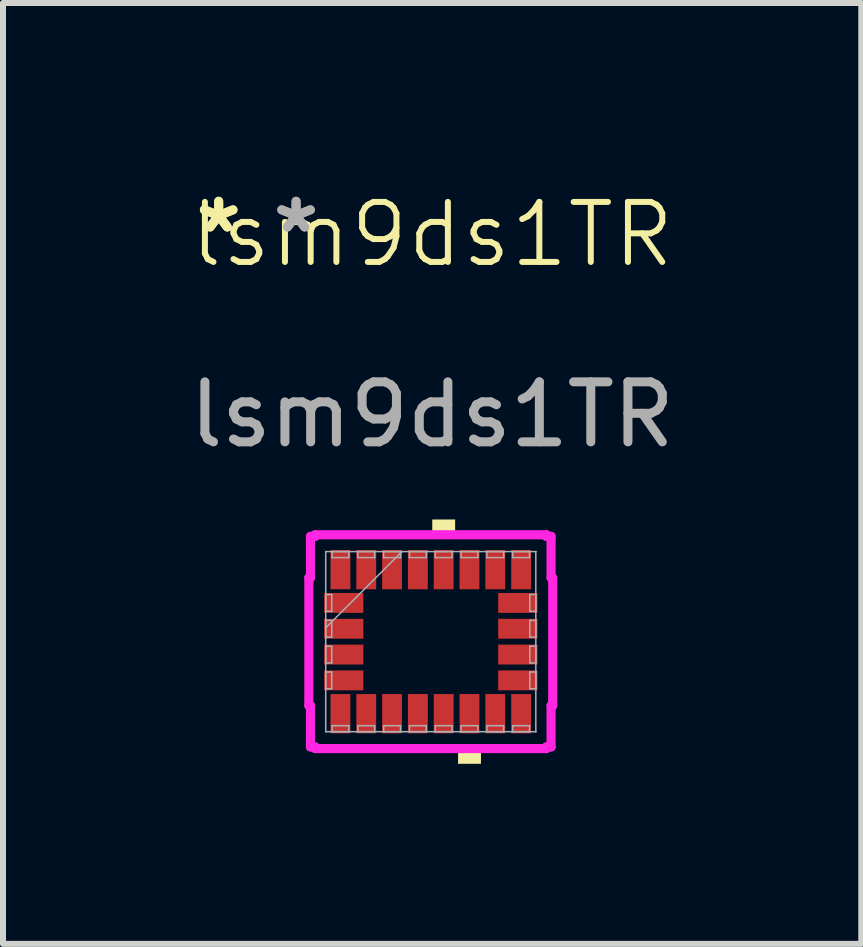
<source format=kicad_pcb>
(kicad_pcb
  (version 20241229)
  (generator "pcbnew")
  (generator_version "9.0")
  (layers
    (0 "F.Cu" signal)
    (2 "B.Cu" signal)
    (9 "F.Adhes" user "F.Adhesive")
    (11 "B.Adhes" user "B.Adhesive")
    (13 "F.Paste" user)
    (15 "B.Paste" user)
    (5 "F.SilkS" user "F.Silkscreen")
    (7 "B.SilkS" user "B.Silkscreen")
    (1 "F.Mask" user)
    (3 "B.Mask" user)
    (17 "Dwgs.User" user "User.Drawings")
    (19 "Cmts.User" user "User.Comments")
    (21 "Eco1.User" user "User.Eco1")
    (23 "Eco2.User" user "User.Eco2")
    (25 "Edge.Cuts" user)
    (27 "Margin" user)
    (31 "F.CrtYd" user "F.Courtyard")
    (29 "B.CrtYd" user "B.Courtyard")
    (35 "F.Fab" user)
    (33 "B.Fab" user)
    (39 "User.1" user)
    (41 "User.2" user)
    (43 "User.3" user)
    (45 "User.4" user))
  (footprint "lsm9ds1TR"
    (layer "F.Cu")
    (at 4.149 7.666)
    (property "Reference" "lsm9ds1TR" (at 0 -6.81 0) (unlocked yes) (layer "F.SilkS") (effects (font (size 1 1) (thickness 0.1))))
    (attr smd)
    (fp_poly (pts (xy 0.002 -1.808) (xy 0.002 -2.062) (xy 0.383 -2.062) (xy 0.383 -1.808)) (stroke (width 0) (type solid)) (fill yes) (layer "F.SilkS"))
    (fp_poly (pts (xy 0.432 1.754) (xy 0.432 2.008) (xy 0.813 2.008) (xy 0.813 1.754)) (stroke (width 0) (type solid)) (fill yes) (layer "F.SilkS"))
    (fp_line (start -2.054 -1.091) (end -2.027 -1.091) (stroke (width 0.152) (type solid)) (layer "F.CrtYd"))
    (fp_line (start -2.054 1.038) (end -2.054 -1.091) (stroke (width 0.152) (type solid)) (layer "F.CrtYd"))
    (fp_line (start -2.027 -1.781) (end -1.947 -1.781) (stroke (width 0.152) (type solid)) (layer "F.CrtYd"))
    (fp_line (start -2.027 -1.091) (end -2.027 -1.781) (stroke (width 0.152) (type solid)) (layer "F.CrtYd"))
    (fp_line (start -2.027 1.038) (end -2.054 1.038) (stroke (width 0.152) (type solid)) (layer "F.CrtYd"))
    (fp_line (start -2.027 1.727) (end -2.027 1.038) (stroke (width 0.152) (type solid)) (layer "F.CrtYd"))
    (fp_line (start -1.947 -1.808) (end 1.902 -1.808) (stroke (width 0.152) (type solid)) (layer "F.CrtYd"))
    (fp_line (start -1.947 -1.781) (end -1.947 -1.808) (stroke (width 0.152) (type solid)) (layer "F.CrtYd"))
    (fp_line (start -1.947 1.727) (end -2.027 1.727) (stroke (width 0.152) (type solid)) (layer "F.CrtYd"))
    (fp_line (start -1.947 1.754) (end -1.947 1.727) (stroke (width 0.152) (type solid)) (layer "F.CrtYd"))
    (fp_line (start 1.902 -1.808) (end 1.902 -1.781) (stroke (width 0.152) (type solid)) (layer "F.CrtYd"))
    (fp_line (start 1.902 -1.781) (end 1.981 -1.781) (stroke (width 0.152) (type solid)) (layer "F.CrtYd"))
    (fp_line (start 1.902 1.727) (end 1.902 1.754) (stroke (width 0.152) (type solid)) (layer "F.CrtYd"))
    (fp_line (start 1.902 1.754) (end -1.947 1.754) (stroke (width 0.152) (type solid)) (layer "F.CrtYd"))
    (fp_line (start 1.981 -1.781) (end 1.981 -1.091) (stroke (width 0.152) (type solid)) (layer "F.CrtYd"))
    (fp_line (start 1.981 -1.091) (end 2.008 -1.091) (stroke (width 0.152) (type solid)) (layer "F.CrtYd"))
    (fp_line (start 1.981 1.038) (end 1.981 1.727) (stroke (width 0.152) (type solid)) (layer "F.CrtYd"))
    (fp_line (start 1.981 1.727) (end 1.902 1.727) (stroke (width 0.152) (type solid)) (layer "F.CrtYd"))
    (fp_line (start 2.008 -1.091) (end 2.008 1.038) (stroke (width 0.152) (type solid)) (layer "F.CrtYd"))
    (fp_line (start 2.008 1.038) (end 1.981 1.038) (stroke (width 0.152) (type solid)) (layer "F.CrtYd"))
    (fp_line (start -1.773 -1.527) (end -1.773 -1.527) (stroke (width 0.025) (type solid)) (layer "F.Fab"))
    (fp_line (start -1.773 -1.527) (end -1.773 1.473) (stroke (width 0.025) (type solid)) (layer "F.Fab"))
    (fp_line (start -1.773 -0.812) (end -1.673 -0.812) (stroke (width 0.025) (type solid)) (layer "F.Fab"))
    (fp_line (start -1.773 -0.532) (end -1.773 -0.812) (stroke (width 0.025) (type solid)) (layer "F.Fab"))
    (fp_line (start -1.773 -0.382) (end -1.673 -0.382) (stroke (width 0.025) (type solid)) (layer "F.Fab"))
    (fp_line (start -1.773 -0.257) (end -0.503 -1.527) (stroke (width 0.025) (type solid)) (layer "F.Fab"))
    (fp_line (start -1.773 -0.102) (end -1.773 -0.382) (stroke (width 0.025) (type solid)) (layer "F.Fab"))
    (fp_line (start -1.773 0.048) (end -1.673 0.048) (stroke (width 0.025) (type solid)) (layer "F.Fab"))
    (fp_line (start -1.773 0.328) (end -1.773 0.048) (stroke (width 0.025) (type solid)) (layer "F.Fab"))
    (fp_line (start -1.773 0.478) (end -1.673 0.478) (stroke (width 0.025) (type solid)) (layer "F.Fab"))
    (fp_line (start -1.773 0.758) (end -1.773 0.478) (stroke (width 0.025) (type solid)) (layer "F.Fab"))
    (fp_line (start -1.773 1.473) (end -1.773 1.473) (stroke (width 0.025) (type solid)) (layer "F.Fab"))
    (fp_line (start -1.773 1.473) (end 1.727 1.473) (stroke (width 0.025) (type solid)) (layer "F.Fab"))
    (fp_line (start -1.673 -0.812) (end -1.673 -0.532) (stroke (width 0.025) (type solid)) (layer "F.Fab"))
    (fp_line (start -1.673 -0.532) (end -1.773 -0.532) (stroke (width 0.025) (type solid)) (layer "F.Fab"))
    (fp_line (start -1.673 -0.382) (end -1.673 -0.102) (stroke (width 0.025) (type solid)) (layer "F.Fab"))
    (fp_line (start -1.673 -0.102) (end -1.773 -0.102) (stroke (width 0.025) (type solid)) (layer "F.Fab"))
    (fp_line (start -1.673 0.048) (end -1.673 0.328) (stroke (width 0.025) (type solid)) (layer "F.Fab"))
    (fp_line (start -1.673 0.328) (end -1.773 0.328) (stroke (width 0.025) (type solid)) (layer "F.Fab"))
    (fp_line (start -1.673 0.478) (end -1.673 0.758) (stroke (width 0.025) (type solid)) (layer "F.Fab"))
    (fp_line (start -1.673 0.758) (end -1.773 0.758) (stroke (width 0.025) (type solid)) (layer "F.Fab"))
    (fp_line (start -1.668 -1.527) (end -1.388 -1.527) (stroke (width 0.025) (type solid)) (layer "F.Fab"))
    (fp_line (start -1.668 -1.427) (end -1.668 -1.527) (stroke (width 0.025) (type solid)) (layer "F.Fab"))
    (fp_line (start -1.668 1.373) (end -1.388 1.373) (stroke (width 0.025) (type solid)) (layer "F.Fab"))
    (fp_line (start -1.668 1.473) (end -1.668 1.373) (stroke (width 0.025) (type solid)) (layer "F.Fab"))
    (fp_line (start -1.388 -1.527) (end -1.388 -1.427) (stroke (width 0.025) (type solid)) (layer "F.Fab"))
    (fp_line (start -1.388 -1.427) (end -1.668 -1.427) (stroke (width 0.025) (type solid)) (layer "F.Fab"))
    (fp_line (start -1.388 1.373) (end -1.388 1.473) (stroke (width 0.025) (type solid)) (layer "F.Fab"))
    (fp_line (start -1.388 1.473) (end -1.668 1.473) (stroke (width 0.025) (type solid)) (layer "F.Fab"))
    (fp_line (start -1.238 -1.527) (end -0.958 -1.527) (stroke (width 0.025) (type solid)) (layer "F.Fab"))
    (fp_line (start -1.238 -1.427) (end -1.238 -1.527) (stroke (width 0.025) (type solid)) (layer "F.Fab"))
    (fp_line (start -1.238 1.373) (end -0.958 1.373) (stroke (width 0.025) (type solid)) (layer "F.Fab"))
    (fp_line (start -1.238 1.473) (end -1.238 1.373) (stroke (width 0.025) (type solid)) (layer "F.Fab"))
    (fp_line (start -0.958 -1.527) (end -0.958 -1.427) (stroke (width 0.025) (type solid)) (layer "F.Fab"))
    (fp_line (start -0.958 -1.427) (end -1.238 -1.427) (stroke (width 0.025) (type solid)) (layer "F.Fab"))
    (fp_line (start -0.958 1.373) (end -0.958 1.473) (stroke (width 0.025) (type solid)) (layer "F.Fab"))
    (fp_line (start -0.958 1.473) (end -1.238 1.473) (stroke (width 0.025) (type solid)) (layer "F.Fab"))
    (fp_line (start -0.808 -1.527) (end -0.528 -1.527) (stroke (width 0.025) (type solid)) (layer "F.Fab"))
    (fp_line (start -0.808 -1.427) (end -0.808 -1.527) (stroke (width 0.025) (type solid)) (layer "F.Fab"))
    (fp_line (start -0.808 1.373) (end -0.528 1.373) (stroke (width 0.025) (type solid)) (layer "F.Fab"))
    (fp_line (start -0.808 1.473) (end -0.808 1.373) (stroke (width 0.025) (type solid)) (layer "F.Fab"))
    (fp_line (start -0.528 -1.527) (end -0.528 -1.427) (stroke (width 0.025) (type solid)) (layer "F.Fab"))
    (fp_line (start -0.528 -1.427) (end -0.808 -1.427) (stroke (width 0.025) (type solid)) (layer "F.Fab"))
    (fp_line (start -0.528 1.373) (end -0.528 1.473) (stroke (width 0.025) (type solid)) (layer "F.Fab"))
    (fp_line (start -0.528 1.473) (end -0.808 1.473) (stroke (width 0.025) (type solid)) (layer "F.Fab"))
    (fp_line (start -0.378 -1.527) (end -0.098 -1.527) (stroke (width 0.025) (type solid)) (layer "F.Fab"))
    (fp_line (start -0.378 -1.427) (end -0.378 -1.527) (stroke (width 0.025) (type solid)) (layer "F.Fab"))
    (fp_line (start -0.378 1.373) (end -0.098 1.373) (stroke (width 0.025) (type solid)) (layer "F.Fab"))
    (fp_line (start -0.378 1.473) (end -0.378 1.373) (stroke (width 0.025) (type solid)) (layer "F.Fab"))
    (fp_line (start -0.098 -1.527) (end -0.098 -1.427) (stroke (width 0.025) (type solid)) (layer "F.Fab"))
    (fp_line (start -0.098 -1.427) (end -0.378 -1.427) (stroke (width 0.025) (type solid)) (layer "F.Fab"))
    (fp_line (start -0.098 1.373) (end -0.098 1.473) (stroke (width 0.025) (type solid)) (layer "F.Fab"))
    (fp_line (start -0.098 1.473) (end -0.378 1.473) (stroke (width 0.025) (type solid)) (layer "F.Fab"))
    (fp_line (start 0.052 -1.527) (end 0.332 -1.527) (stroke (width 0.025) (type solid)) (layer "F.Fab"))
    (fp_line (start 0.052 -1.427) (end 0.052 -1.527) (stroke (width 0.025) (type solid)) (layer "F.Fab"))
    (fp_line (start 0.052 1.373) (end 0.332 1.373) (stroke (width 0.025) (type solid)) (layer "F.Fab"))
    (fp_line (start 0.052 1.473) (end 0.052 1.373) (stroke (width 0.025) (type solid)) (layer "F.Fab"))
    (fp_line (start 0.332 -1.527) (end 0.332 -1.427) (stroke (width 0.025) (type solid)) (layer "F.Fab"))
    (fp_line (start 0.332 -1.427) (end 0.052 -1.427) (stroke (width 0.025) (type solid)) (layer "F.Fab"))
    (fp_line (start 0.332 1.373) (end 0.332 1.473) (stroke (width 0.025) (type solid)) (layer "F.Fab"))
    (fp_line (start 0.332 1.473) (end 0.052 1.473) (stroke (width 0.025) (type solid)) (layer "F.Fab"))
    (fp_line (start 0.482 -1.527) (end 0.762 -1.527) (stroke (width 0.025) (type solid)) (layer "F.Fab"))
    (fp_line (start 0.482 -1.427) (end 0.482 -1.527) (stroke (width 0.025) (type solid)) (layer "F.Fab"))
    (fp_line (start 0.482 1.373) (end 0.762 1.373) (stroke (width 0.025) (type solid)) (layer "F.Fab"))
    (fp_line (start 0.482 1.473) (end 0.482 1.373) (stroke (width 0.025) (type solid)) (layer "F.Fab"))
    (fp_line (start 0.762 -1.527) (end 0.762 -1.427) (stroke (width 0.025) (type solid)) (layer "F.Fab"))
    (fp_line (start 0.762 -1.427) (end 0.482 -1.427) (stroke (width 0.025) (type solid)) (layer "F.Fab"))
    (fp_line (start 0.762 1.373) (end 0.762 1.473) (stroke (width 0.025) (type solid)) (layer "F.Fab"))
    (fp_line (start 0.762 1.473) (end 0.482 1.473) (stroke (width 0.025) (type solid)) (layer "F.Fab"))
    (fp_line (start 0.912 -1.527) (end 1.192 -1.527) (stroke (width 0.025) (type solid)) (layer "F.Fab"))
    (fp_line (start 0.912 -1.427) (end 0.912 -1.527) (stroke (width 0.025) (type solid)) (layer "F.Fab"))
    (fp_line (start 0.912 1.373) (end 1.192 1.373) (stroke (width 0.025) (type solid)) (layer "F.Fab"))
    (fp_line (start 0.912 1.473) (end 0.912 1.373) (stroke (width 0.025) (type solid)) (layer "F.Fab"))
    (fp_line (start 1.192 -1.527) (end 1.192 -1.427) (stroke (width 0.025) (type solid)) (layer "F.Fab"))
    (fp_line (start 1.192 -1.427) (end 0.912 -1.427) (stroke (width 0.025) (type solid)) (layer "F.Fab"))
    (fp_line (start 1.192 1.373) (end 1.192 1.473) (stroke (width 0.025) (type solid)) (layer "F.Fab"))
    (fp_line (start 1.192 1.473) (end 0.912 1.473) (stroke (width 0.025) (type solid)) (layer "F.Fab"))
    (fp_line (start 1.342 -1.527) (end 1.622 -1.527) (stroke (width 0.025) (type solid)) (layer "F.Fab"))
    (fp_line (start 1.342 -1.427) (end 1.342 -1.527) (stroke (width 0.025) (type solid)) (layer "F.Fab"))
    (fp_line (start 1.342 1.373) (end 1.622 1.373) (stroke (width 0.025) (type solid)) (layer "F.Fab"))
    (fp_line (start 1.342 1.473) (end 1.342 1.373) (stroke (width 0.025) (type solid)) (layer "F.Fab"))
    (fp_line (start 1.622 -1.527) (end 1.622 -1.427) (stroke (width 0.025) (type solid)) (layer "F.Fab"))
    (fp_line (start 1.622 -1.427) (end 1.342 -1.427) (stroke (width 0.025) (type solid)) (layer "F.Fab"))
    (fp_line (start 1.622 1.373) (end 1.622 1.473) (stroke (width 0.025) (type solid)) (layer "F.Fab"))
    (fp_line (start 1.622 1.473) (end 1.342 1.473) (stroke (width 0.025) (type solid)) (layer "F.Fab"))
    (fp_line (start 1.627 -0.812) (end 1.727 -0.812) (stroke (width 0.025) (type solid)) (layer "F.Fab"))
    (fp_line (start 1.627 -0.532) (end 1.627 -0.812) (stroke (width 0.025) (type solid)) (layer "F.Fab"))
    (fp_line (start 1.627 -0.382) (end 1.727 -0.382) (stroke (width 0.025) (type solid)) (layer "F.Fab"))
    (fp_line (start 1.627 -0.102) (end 1.627 -0.382) (stroke (width 0.025) (type solid)) (layer "F.Fab"))
    (fp_line (start 1.627 0.048) (end 1.727 0.048) (stroke (width 0.025) (type solid)) (layer "F.Fab"))
    (fp_line (start 1.627 0.328) (end 1.627 0.048) (stroke (width 0.025) (type solid)) (layer "F.Fab"))
    (fp_line (start 1.627 0.478) (end 1.727 0.478) (stroke (width 0.025) (type solid)) (layer "F.Fab"))
    (fp_line (start 1.627 0.758) (end 1.627 0.478) (stroke (width 0.025) (type solid)) (layer "F.Fab"))
    (fp_line (start 1.727 -1.527) (end -1.773 -1.527) (stroke (width 0.025) (type solid)) (layer "F.Fab"))
    (fp_line (start 1.727 -1.527) (end 1.727 -1.527) (stroke (width 0.025) (type solid)) (layer "F.Fab"))
    (fp_line (start 1.727 -0.812) (end 1.727 -0.532) (stroke (width 0.025) (type solid)) (layer "F.Fab"))
    (fp_line (start 1.727 -0.532) (end 1.627 -0.532) (stroke (width 0.025) (type solid)) (layer "F.Fab"))
    (fp_line (start 1.727 -0.382) (end 1.727 -0.102) (stroke (width 0.025) (type solid)) (layer "F.Fab"))
    (fp_line (start 1.727 -0.102) (end 1.627 -0.102) (stroke (width 0.025) (type solid)) (layer "F.Fab"))
    (fp_line (start 1.727 0.048) (end 1.727 0.328) (stroke (width 0.025) (type solid)) (layer "F.Fab"))
    (fp_line (start 1.727 0.328) (end 1.627 0.328) (stroke (width 0.025) (type solid)) (layer "F.Fab"))
    (fp_line (start 1.727 0.478) (end 1.727 0.758) (stroke (width 0.025) (type solid)) (layer "F.Fab"))
    (fp_line (start 1.727 0.758) (end 1.627 0.758) (stroke (width 0.025) (type solid)) (layer "F.Fab"))
    (fp_line (start 1.727 1.473) (end 1.727 -1.527) (stroke (width 0.025) (type solid)) (layer "F.Fab"))
    (fp_line (start 1.727 1.473) (end 1.727 1.473) (stroke (width 0.025) (type solid)) (layer "F.Fab"))
    (fp_text user "*" (at -3.556 -6.818 0) (unlocked yes) (layer "F.SilkS") (effects (font (size 1 1) (thickness 0.15))))
    (fp_text user "*" (at -3.556 -6.818 0) (layer "F.SilkS") (effects (font (size 1 1) (thickness 0.15))))
    (fp_text user "*" (at -2.267 -6.818 0) (unlocked yes) (layer "F.Fab") (effects (font (size 1 1) (thickness 0.15))))
    (fp_text user "${REFERENCE}" (at 0 -3.81 0) (unlocked yes) (layer "F.Fab") (effects (font (size 1 1) (thickness 0.15))))
    (fp_text user "*" (at -2.267 -6.818 0) (layer "F.Fab") (effects (font (size 1 1) (thickness 0.15))))
    (pad "1" smd rect (at -1.528 -1.227) (size 0.331 0.654) (layers "F.Cu" "F.Mask" "F.Paste"))
    (pad "2" smd rect (at -1.473 -0.672 90) (size 0.331 0.654) (layers "F.Cu" "F.Mask" "F.Paste"))
    (pad "3" smd rect (at -1.473 -0.242 90) (size 0.331 0.654) (layers "F.Cu" "F.Mask" "F.Paste"))
    (pad "4" smd rect (at -1.473 0.188 90) (size 0.331 0.654) (layers "F.Cu" "F.Mask" "F.Paste"))
    (pad "5" smd rect (at -1.473 0.618 90) (size 0.331 0.654) (layers "F.Cu" "F.Mask" "F.Paste"))
    (pad "6" smd rect (at -1.528 1.173) (size 0.331 0.654) (layers "F.Cu" "F.Mask" "F.Paste"))
    (pad "7" smd rect (at -1.098 1.173) (size 0.331 0.654) (layers "F.Cu" "F.Mask" "F.Paste"))
    (pad "8" smd rect (at -0.668 1.173) (size 0.331 0.654) (layers "F.Cu" "F.Mask" "F.Paste"))
    (pad "9" smd rect (at -0.238 1.173) (size 0.331 0.654) (layers "F.Cu" "F.Mask" "F.Paste"))
    (pad "10" smd rect (at 0.192 1.173) (size 0.331 0.654) (layers "F.Cu" "F.Mask" "F.Paste"))
    (pad "11" smd rect (at 0.622 1.173) (size 0.331 0.654) (layers "F.Cu" "F.Mask" "F.Paste"))
    (pad "12" smd rect (at 1.052 1.173) (size 0.331 0.654) (layers "F.Cu" "F.Mask" "F.Paste"))
    (pad "13" smd rect (at 1.482 1.173) (size 0.331 0.654) (layers "F.Cu" "F.Mask" "F.Paste"))
    (pad "14" smd rect (at 1.427 0.618 90) (size 0.331 0.654) (layers "F.Cu" "F.Mask" "F.Paste"))
    (pad "15" smd rect (at 1.427 0.188 90) (size 0.331 0.654) (layers "F.Cu" "F.Mask" "F.Paste"))
    (pad "16" smd rect (at 1.427 -0.242 90) (size 0.331 0.654) (layers "F.Cu" "F.Mask" "F.Paste"))
    (pad "17" smd rect (at 1.427 -0.672 90) (size 0.331 0.654) (layers "F.Cu" "F.Mask" "F.Paste"))
    (pad "18" smd rect (at 1.482 -1.227) (size 0.331 0.654) (layers "F.Cu" "F.Mask" "F.Paste"))
    (pad "19" smd rect (at 1.052 -1.227) (size 0.331 0.654) (layers "F.Cu" "F.Mask" "F.Paste"))
    (pad "20" smd rect (at 0.622 -1.227) (size 0.331 0.654) (layers "F.Cu" "F.Mask" "F.Paste"))
    (pad "21" smd rect (at 0.192 -1.227) (size 0.331 0.654) (layers "F.Cu" "F.Mask" "F.Paste"))
    (pad "22" smd rect (at -0.238 -1.227) (size 0.331 0.654) (layers "F.Cu" "F.Mask" "F.Paste"))
    (pad "23" smd rect (at -0.668 -1.227) (size 0.331 0.654) (layers "F.Cu" "F.Mask" "F.Paste"))
    (pad "24" smd rect (at -1.098 -1.227) (size 0.331 0.654) (layers "F.Cu" "F.Mask" "F.Paste")))
  (gr_rect
    (start -3 -3)
    (end 11.298 12.674)
    (stroke (width 0.1) (type default))
    (fill no)
    (layer "Edge.Cuts")))
</source>
